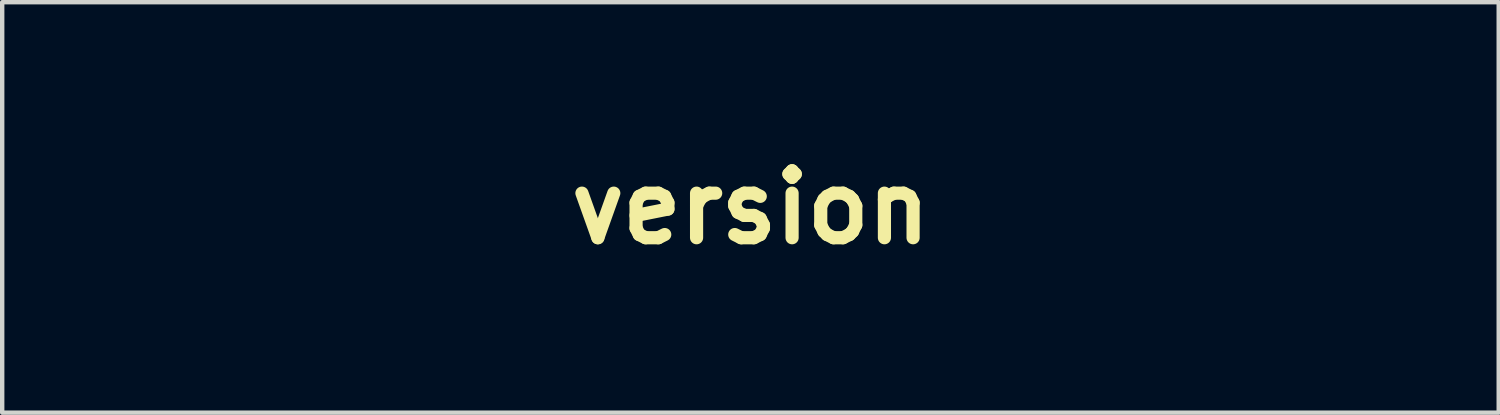
<source format=kicad_pcb>
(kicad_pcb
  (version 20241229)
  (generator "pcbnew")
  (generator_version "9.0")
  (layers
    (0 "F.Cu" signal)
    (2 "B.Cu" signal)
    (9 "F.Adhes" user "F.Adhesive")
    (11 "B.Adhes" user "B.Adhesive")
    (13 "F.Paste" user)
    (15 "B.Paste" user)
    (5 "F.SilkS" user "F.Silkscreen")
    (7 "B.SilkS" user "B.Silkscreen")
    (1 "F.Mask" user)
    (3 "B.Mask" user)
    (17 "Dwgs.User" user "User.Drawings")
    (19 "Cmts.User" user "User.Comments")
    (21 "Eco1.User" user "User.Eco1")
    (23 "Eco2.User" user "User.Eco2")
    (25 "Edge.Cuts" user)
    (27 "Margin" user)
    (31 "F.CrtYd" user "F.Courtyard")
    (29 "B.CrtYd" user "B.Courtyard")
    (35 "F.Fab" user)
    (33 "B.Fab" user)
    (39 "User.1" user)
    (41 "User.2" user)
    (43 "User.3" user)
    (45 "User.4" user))
  (footprint "version"
    (layer "F.Cu")
    (at 14.06 1.679)
    (property "Reference" "version" (at 0 0 0) (layer "F.SilkS") (effects (font (size 1.524 1.524) (thickness 0.3))))
    (attr through_hole)
    (fp_poly (pts (xy -6.518 -0.799) (xy -6.344 -0.686) (xy -6.226 -0.55) (xy -6.215 -0.437) (xy -6.355 -0.346) (xy -6.549 -0.373) (xy -6.718 -0.493) (xy -6.841 -0.681) (xy -6.828 -0.806) (xy -6.698 -0.847) (xy -6.518 -0.799)) (stroke (width 0.01) (type solid)) (fill yes) (layer "F.Mask"))
    (fp_poly (pts (xy 9.497 -0.251) (xy 9.957 -0.242) (xy 10.282 -0.226) (xy 10.487 -0.202) (xy 10.589 -0.168) (xy 10.606 -0.148) (xy 10.632 -0.044) (xy 10.616 0.035) (xy 10.537 0.091) (xy 10.376 0.129) (xy 10.115 0.153) (xy 9.733 0.165) (xy 9.21 0.169) (xy 8.881 0.169) (xy 7.197 0.169) (xy 7.197 -0.254) (xy 8.883 -0.254) (xy 9.497 -0.251)) (stroke (width 0.01) (type solid)) (fill yes) (layer "F.Mask"))
    (fp_poly (pts (xy -9.541 -1.592) (xy -9.378 -1.572) (xy -9.124 -1.533) (xy -8.949 -1.498) (xy -8.904 -1.482) (xy -8.899 -1.394) (xy -9.016 -1.311) (xy -9.211 -1.263) (xy -9.255 -1.26) (xy -9.525 -1.25) (xy -9.271 -1.196) (xy -9.068 -1.107) (xy -9.022 -0.964) (xy -9.132 -0.774) (xy -9.396 -0.544) (xy -9.414 -0.53) (xy -9.704 -0.353) (xy -9.983 -0.232) (xy -10.218 -0.178) (xy -10.372 -0.199) (xy -10.414 -0.275) (xy -10.343 -0.398) (xy -10.245 -0.448) (xy -10.097 -0.53) (xy -10.104 -0.628) (xy -10.259 -0.693) (xy -10.435 -0.757) (xy -10.451 -0.847) (xy -9.906 -0.847) (xy -9.835 -0.777) (xy -9.742 -0.762) (xy -9.58 -0.801) (xy -9.525 -0.847) (xy -9.555 -0.909) (xy -9.689 -0.931) (xy -9.851 -0.903) (xy -9.906 -0.847) (xy -10.451 -0.847) (xy -10.455 -0.869) (xy -10.321 -1.015) (xy -10.166 -1.116) (xy -9.935 -1.283) (xy -9.826 -1.44) (xy -9.822 -1.471) (xy -9.804 -1.562) (xy -9.724 -1.599) (xy -9.541 -1.592)) (stroke (width 0.01) (type solid)) (fill yes) (layer "F.Mask"))
    (fp_poly (pts (xy -13.058 -1.575) (xy -12.997 -1.46) (xy -12.949 -1.374) (xy -12.873 -1.319) (xy -12.735 -1.288) (xy -12.502 -1.274) (xy -12.14 -1.27) (xy -12.042 -1.27) (xy -11.639 -1.266) (xy -11.374 -1.251) (xy -11.218 -1.22) (xy -11.138 -1.169) (xy -11.117 -1.131) (xy -11.123 -0.968) (xy -11.274 -0.861) (xy -11.55 -0.818) (xy -11.768 -0.827) (xy -12.192 -0.868) (xy -12.192 -0.085) (xy -11.515 -0.085) (xy -11.179 -0.082) (xy -10.978 -0.068) (xy -10.877 -0.032) (xy -10.841 0.038) (xy -10.837 0.127) (xy -10.845 0.232) (xy -10.889 0.295) (xy -11.006 0.326) (xy -11.229 0.337) (xy -11.515 0.339) (xy -12.192 0.339) (xy -12.192 0.974) (xy -12.202 1.277) (xy -12.227 1.502) (xy -12.262 1.606) (xy -12.27 1.609) (xy -12.414 1.637) (xy -12.465 1.654) (xy -12.605 1.66) (xy -12.641 1.64) (xy -12.67 1.531) (xy -12.691 1.301) (xy -12.7 0.997) (xy -12.7 0.96) (xy -12.7 0.339) (xy -13.377 0.339) (xy -13.713 0.336) (xy -13.914 0.322) (xy -14.015 0.286) (xy -14.051 0.216) (xy -14.055 0.127) (xy -14.047 0.022) (xy -14.003 -0.041) (xy -13.886 -0.072) (xy -13.663 -0.083) (xy -13.377 -0.085) (xy -12.7 -0.085) (xy -12.7 -0.466) (xy -12.708 -0.7) (xy -12.75 -0.811) (xy -12.857 -0.845) (xy -12.944 -0.847) (xy -13.196 -0.775) (xy -13.325 -0.638) (xy -13.51 -0.425) (xy -13.706 -0.305) (xy -13.87 -0.302) (xy -13.91 -0.33) (xy -13.932 -0.432) (xy -13.872 -0.633) (xy -13.725 -0.949) (xy -13.668 -1.058) (xy -13.465 -1.413) (xy -13.303 -1.613) (xy -13.171 -1.664) (xy -13.058 -1.575)) (stroke (width 0.01) (type solid)) (fill yes) (layer "F.Mask"))
    (fp_poly (pts (xy 1.609 -1.016) (xy 1.621 -0.748) (xy 1.652 -0.564) (xy 1.688 -0.508) (xy 1.774 -0.438) (xy 1.82 -0.339) (xy 1.932 -0.204) (xy 2.122 -0.169) (xy 2.318 -0.203) (xy 2.358 -0.287) (xy 2.239 -0.398) (xy 2.164 -0.437) (xy 2.011 -0.524) (xy 1.932 -0.638) (xy 1.91 -0.828) (xy 1.922 -1.014) (xy 2.281 -1.014) (xy 2.345 -0.9) (xy 2.48 -0.857) (xy 2.617 -0.914) (xy 2.667 -1.017) (xy 2.595 -1.126) (xy 2.477 -1.17) (xy 2.322 -1.135) (xy 2.281 -1.014) (xy 1.922 -1.014) (xy 1.929 -1.122) (xy 1.964 -1.524) (xy 3.133 -1.524) (xy 3.133 -0.508) (xy 2.857 -0.505) (xy 2.678 -0.498) (xy 2.647 -0.464) (xy 2.746 -0.378) (xy 2.752 -0.373) (xy 2.968 -0.255) (xy 3.154 -0.196) (xy 3.342 -0.106) (xy 3.387 0.006) (xy 3.353 0.104) (xy 3.225 0.159) (xy 2.985 0.186) (xy 2.582 0.212) (xy 2.985 0.397) (xy 3.247 0.533) (xy 3.366 0.639) (xy 3.36 0.741) (xy 3.305 0.81) (xy 3.236 0.941) (xy 3.168 1.163) (xy 3.153 1.229) (xy 3.083 1.566) (xy 2.544 1.592) (xy 2.258 1.593) (xy 2.044 1.572) (xy 1.955 1.537) (xy 1.932 1.413) (xy 1.926 1.18) (xy 1.933 1.011) (xy 2.28 1.011) (xy 2.329 1.127) (xy 2.483 1.185) (xy 2.498 1.185) (xy 2.663 1.144) (xy 2.709 1.067) (xy 2.64 0.942) (xy 2.489 0.874) (xy 2.363 0.894) (xy 2.28 1.011) (xy 1.933 1.011) (xy 1.934 0.987) (xy 1.957 0.717) (xy 1.999 0.573) (xy 2.082 0.511) (xy 2.188 0.491) (xy 2.413 0.463) (xy 2.142 0.316) (xy 1.776 0.184) (xy 1.457 0.21) (xy 1.308 0.289) (xy 1.205 0.378) (xy 1.229 0.439) (xy 1.377 0.514) (xy 1.508 0.589) (xy 1.577 0.691) (xy 1.604 0.873) (xy 1.609 1.114) (xy 1.609 1.609) (xy 0.423 1.609) (xy 0.423 1.28) (xy 0.395 1.058) (xy 0.847 1.058) (xy 0.917 1.162) (xy 1.016 1.185) (xy 1.154 1.132) (xy 1.185 1.058) (xy 1.115 0.955) (xy 1.016 0.931) (xy 0.878 0.984) (xy 0.847 1.058) (xy 0.395 1.058) (xy 0.391 1.028) (xy 0.307 0.857) (xy 0.296 0.847) (xy 0.189 0.722) (xy 0.208 0.608) (xy 0.367 0.474) (xy 0.487 0.399) (xy 0.804 0.212) (xy 0.508 0.169) (xy 0.298 0.114) (xy 0.217 0.011) (xy 0.212 -0.042) (xy 0.227 -0.135) (xy 0.301 -0.182) (xy 0.47 -0.194) (xy 0.729 -0.183) (xy 1.035 -0.177) (xy 1.211 -0.204) (xy 1.29 -0.27) (xy 1.295 -0.282) (xy 1.283 -0.406) (xy 1.125 -0.48) (xy 0.813 -0.508) (xy 0.755 -0.508) (xy 0.423 -0.508) (xy 0.423 -1.023) (xy 0.849 -1.023) (xy 0.886 -0.897) (xy 1.011 -0.847) (xy 1.17 -0.881) (xy 1.222 -0.922) (xy 1.209 -1.028) (xy 1.103 -1.125) (xy 0.973 -1.158) (xy 0.935 -1.145) (xy 0.849 -1.023) (xy 0.423 -1.023) (xy 0.423 -1.524) (xy 1.609 -1.524) (xy 1.609 -1.016)) (stroke (width 0.01) (type solid)) (fill yes) (layer "F.Mask"))
    (fp_poly (pts (xy 11.915 -1.625) (xy 11.973 -1.519) (xy 12.003 -1.294) (xy 12.007 -1.233) (xy 12.05 -0.947) (xy 12.128 -0.757) (xy 12.16 -0.723) (xy 12.243 -0.571) (xy 12.23 -0.485) (xy 12.147 -0.391) (xy 11.967 -0.347) (xy 11.753 -0.339) (xy 11.502 -0.33) (xy 11.382 -0.293) (xy 11.358 -0.215) (xy 11.361 -0.191) (xy 11.458 -0.059) (xy 11.558 -0.019) (xy 11.844 0.028) (xy 12.009 0.088) (xy 12.086 0.204) (xy 12.11 0.416) (xy 12.115 0.658) (xy 12.126 0.947) (xy 12.15 1.082) (xy 12.181 1.076) (xy 12.218 0.944) (xy 12.258 0.7) (xy 12.296 0.357) (xy 12.33 -0.069) (xy 12.336 -0.174) (xy 13.063 -0.174) (xy 13.086 -0.064) (xy 13.195 0.196) (xy 13.308 0.291) (xy 13.415 0.22) (xy 13.507 -0.017) (xy 13.508 -0.021) (xy 13.532 -0.182) (xy 13.466 -0.244) (xy 13.296 -0.254) (xy 13.115 -0.24) (xy 13.063 -0.174) (xy 12.336 -0.174) (xy 12.348 -0.381) (xy 12.404 -1.482) (xy 13.235 -1.506) (xy 13.615 -1.516) (xy 13.856 -1.514) (xy 13.988 -1.494) (xy 14.041 -1.45) (xy 14.045 -1.375) (xy 14.04 -1.337) (xy 14.012 -1.236) (xy 13.938 -1.175) (xy 13.781 -1.142) (xy 13.503 -1.123) (xy 13.399 -1.118) (xy 12.785 -1.093) (xy 12.785 -0.847) (xy 12.791 -0.716) (xy 12.836 -0.64) (xy 12.957 -0.602) (xy 13.192 -0.583) (xy 13.356 -0.575) (xy 13.928 -0.55) (xy 13.922 -0.209) (xy 13.88 0.099) (xy 13.786 0.392) (xy 13.774 0.418) (xy 13.661 0.68) (xy 13.651 0.858) (xy 13.749 1.004) (xy 13.853 1.093) (xy 14.004 1.261) (xy 14.025 1.396) (xy 13.908 1.498) (xy 13.718 1.517) (xy 13.529 1.454) (xy 13.46 1.395) (xy 13.365 1.313) (xy 13.254 1.336) (xy 13.157 1.395) (xy 12.968 1.492) (xy 12.839 1.524) (xy 12.704 1.465) (xy 12.677 1.326) (xy 12.764 1.163) (xy 12.788 1.14) (xy 12.969 0.904) (xy 12.992 0.646) (xy 12.902 0.406) (xy 12.82 0.257) (xy 12.766 0.208) (xy 12.728 0.276) (xy 12.694 0.479) (xy 12.659 0.774) (xy 12.599 1.136) (xy 12.5 1.366) (xy 12.335 1.498) (xy 12.075 1.569) (xy 12.048 1.574) (xy 11.692 1.629) (xy 11.667 1.048) (xy 11.645 0.727) (xy 11.606 0.541) (xy 11.542 0.456) (xy 11.499 0.44) (xy 11.405 0.461) (xy 11.342 0.59) (xy 11.298 0.82) (xy 11.223 1.199) (xy 11.124 1.427) (xy 10.993 1.52) (xy 10.951 1.524) (xy 10.875 1.499) (xy 10.848 1.399) (xy 10.864 1.185) (xy 10.878 1.079) (xy 10.906 0.816) (xy 10.933 0.435) (xy 10.957 -0.008) (xy 10.973 -0.418) (xy 10.994 -0.923) (xy 11.027 -1.276) (xy 11.075 -1.491) (xy 11.143 -1.585) (xy 11.235 -1.573) (xy 11.291 -1.534) (xy 11.373 -1.378) (xy 11.369 -1.102) (xy 11.368 -1.097) (xy 11.357 -0.864) (xy 11.402 -0.764) (xy 11.414 -0.762) (xy 11.551 -0.84) (xy 11.626 -1.071) (xy 11.642 -1.312) (xy 11.656 -1.534) (xy 11.713 -1.632) (xy 11.811 -1.651) (xy 11.915 -1.625)) (stroke (width 0.01) (type solid)) (fill yes) (layer "F.Mask"))
    (fp_poly (pts (xy -7.903 -1.542) (xy -7.682 -1.529) (xy -7.572 -1.504) (xy -7.571 -1.503) (xy -7.557 -1.391) (xy -7.595 -1.185) (xy -7.623 -1.092) (xy -7.688 -0.869) (xy -7.687 -0.749) (xy -7.616 -0.677) (xy -7.594 -0.665) (xy -7.473 -0.542) (xy -7.465 -0.414) (xy -7.568 -0.341) (xy -7.601 -0.339) (xy -7.785 -0.386) (xy -7.933 -0.466) (xy -8.109 -0.538) (xy -8.27 -0.531) (xy -8.36 -0.457) (xy -8.358 -0.392) (xy -8.268 -0.316) (xy -8.062 -0.215) (xy -7.826 -0.125) (xy -7.506 0.002) (xy -7.353 0.105) (xy -7.366 0.187) (xy -7.545 0.248) (xy -7.578 0.254) (xy -7.781 0.351) (xy -7.87 0.52) (xy -7.827 0.706) (xy -7.736 0.802) (xy -7.634 0.908) (xy -7.674 1.02) (xy -7.699 1.051) (xy -7.777 1.169) (xy -7.78 1.209) (xy -7.688 1.26) (xy -7.587 1.315) (xy -7.449 1.426) (xy -7.45 1.515) (xy -7.562 1.574) (xy -7.755 1.596) (xy -7.999 1.575) (xy -8.267 1.503) (xy -8.304 1.489) (xy -8.639 1.405) (xy -8.825 1.429) (xy -9.067 1.492) (xy -9.376 1.538) (xy -9.696 1.563) (xy -9.971 1.563) (xy -10.145 1.533) (xy -10.16 1.525) (xy -10.227 1.451) (xy -10.18 1.357) (xy -10.066 1.25) (xy -9.93 1.107) (xy -9.928 1.101) (xy -9.483 1.101) (xy -9.41 1.164) (xy -9.271 1.185) (xy -9.112 1.156) (xy -9.059 1.101) (xy -9.095 1.069) (xy -8.478 1.069) (xy -8.366 1.084) (xy -8.34 1.084) (xy -8.195 1.075) (xy -8.182 1.049) (xy -8.19 1.045) (xy -8.358 1.028) (xy -8.444 1.042) (xy -8.478 1.069) (xy -9.095 1.069) (xy -9.132 1.037) (xy -9.271 1.016) (xy -9.43 1.045) (xy -9.483 1.101) (xy -9.928 1.101) (xy -9.875 0.949) (xy -9.88 0.717) (xy -9.229 0.717) (xy -9.143 0.729) (xy -8.925 0.735) (xy -8.89 0.735) (xy -8.657 0.731) (xy -8.554 0.719) (xy -8.598 0.703) (xy -8.615 0.701) (xy -8.912 0.687) (xy -9.165 0.701) (xy -9.229 0.717) (xy -9.88 0.717) (xy -9.88 0.707) (xy -9.884 0.662) (xy -9.913 0.48) (xy -9.235 0.48) (xy -9.129 0.49) (xy -8.869 0.494) (xy -8.848 0.494) (xy -8.581 0.49) (xy -8.468 0.473) (xy -8.494 0.437) (xy -8.533 0.42) (xy -8.769 0.385) (xy -9.041 0.417) (xy -9.201 0.457) (xy -9.235 0.48) (xy -9.913 0.48) (xy -9.924 0.41) (xy -9.987 0.308) (xy -10.034 0.309) (xy -10.176 0.309) (xy -10.336 0.248) (xy -10.448 0.159) (xy -10.458 0.102) (xy -9.605 0.102) (xy -9.563 0.129) (xy -9.383 0.148) (xy -9.098 0.156) (xy -8.886 0.155) (xy -8.086 0.141) (xy -8.805 0.088) (xy -9.143 0.071) (xy -9.416 0.073) (xy -9.581 0.091) (xy -9.605 0.102) (xy -10.458 0.102) (xy -10.46 0.09) (xy -10.35 0.015) (xy -10.221 -0.03) (xy -10.061 -0.087) (xy -9.801 -0.195) (xy -9.006 -0.195) (xy -8.89 -0.183) (xy -8.77 -0.196) (xy -8.784 -0.225) (xy -8.958 -0.237) (xy -8.996 -0.225) (xy -9.006 -0.195) (xy -9.801 -0.195) (xy -9.794 -0.197) (xy -9.464 -0.344) (xy -9.284 -0.427) (xy -8.937 -0.595) (xy -8.726 -0.715) (xy -8.629 -0.802) (xy -8.625 -0.872) (xy -8.638 -0.892) (xy -8.702 -1.04) (xy -8.622 -1.131) (xy -8.419 -1.149) (xy -8.333 -1.136) (xy -8.117 -1.12) (xy -8.043 -1.176) (xy -8.119 -1.236) (xy -8.311 -1.268) (xy -8.377 -1.27) (xy -8.613 -1.297) (xy -8.769 -1.365) (xy -8.808 -1.454) (xy -8.786 -1.487) (xy -8.678 -1.515) (xy -8.458 -1.535) (xy -8.181 -1.544) (xy -7.903 -1.542)) (stroke (width 0.01) (type solid)) (fill yes) (layer "F.Mask"))
    (fp_poly (pts (xy 5.904 -1.661) (xy 6.014 -1.541) (xy 6.134 -1.428) (xy 6.284 -1.388) (xy 6.528 -1.406) (xy 6.554 -1.409) (xy 6.791 -1.434) (xy 6.905 -1.415) (xy 6.941 -1.336) (xy 6.943 -1.282) (xy 6.887 -1.131) (xy 6.78 -1.101) (xy 6.508 -1.055) (xy 6.367 -0.925) (xy 6.35 -0.838) (xy 6.414 -0.703) (xy 6.519 -0.677) (xy 6.621 -0.655) (xy 6.672 -0.56) (xy 6.688 -0.352) (xy 6.689 -0.254) (xy 6.689 0.169) (xy 6.138 0.169) (xy 5.83 0.178) (xy 5.658 0.208) (xy 5.592 0.268) (xy 5.588 0.296) (xy 5.621 0.363) (xy 5.741 0.403) (xy 5.979 0.42) (xy 6.223 0.423) (xy 6.858 0.423) (xy 6.858 0.682) (xy 6.802 1.033) (xy 6.65 1.305) (xy 6.43 1.469) (xy 6.166 1.499) (xy 6.096 1.482) (xy 5.954 1.375) (xy 5.934 1.229) (xy 6.032 1.112) (xy 6.117 1.085) (xy 6.282 1.022) (xy 6.308 0.924) (xy 6.208 0.831) (xy 6.004 0.779) (xy 5.745 0.793) (xy 5.588 0.908) (xy 5.507 1.149) (xy 5.488 1.307) (xy 5.436 1.564) (xy 5.341 1.669) (xy 5.211 1.616) (xy 5.167 1.57) (xy 5.099 1.39) (xy 5.101 1.228) (xy 5.116 1.077) (xy 5.07 1.031) (xy 4.941 1.09) (xy 4.707 1.257) (xy 4.693 1.268) (xy 4.362 1.466) (xy 4.098 1.512) (xy 3.902 1.406) (xy 3.896 1.398) (xy 3.856 1.312) (xy 3.919 1.234) (xy 4.11 1.136) (xy 4.172 1.109) (xy 4.461 0.968) (xy 4.602 0.861) (xy 4.593 0.794) (xy 4.428 0.774) (xy 4.347 0.779) (xy 4.022 0.804) (xy 4.04 0.425) (xy 4.058 0.318) (xy 4.593 0.318) (xy 4.637 0.398) (xy 4.826 0.423) (xy 5.02 0.395) (xy 5.059 0.318) (xy 4.957 0.235) (xy 4.826 0.212) (xy 4.658 0.252) (xy 4.593 0.318) (xy 4.058 0.318) (xy 4.091 0.115) (xy 4.229 -0.07) (xy 4.48 -0.156) (xy 4.715 -0.169) (xy 4.971 -0.186) (xy 5.073 -0.226) (xy 5.05 -0.254) (xy 5.588 -0.254) (xy 5.663 -0.201) (xy 5.851 -0.172) (xy 5.932 -0.169) (xy 6.146 -0.187) (xy 6.228 -0.235) (xy 6.223 -0.254) (xy 6.11 -0.311) (xy 5.905 -0.338) (xy 5.879 -0.339) (xy 5.685 -0.317) (xy 5.59 -0.264) (xy 5.588 -0.254) (xy 5.05 -0.254) (xy 5.032 -0.277) (xy 4.861 -0.324) (xy 4.57 -0.355) (xy 4.558 -0.356) (xy 4.23 -0.392) (xy 4.039 -0.457) (xy 3.995 -0.542) (xy 4.105 -0.637) (xy 4.226 -0.687) (xy 4.404 -0.775) (xy 4.437 -0.811) (xy 4.775 -0.811) (xy 4.775 -0.717) (xy 4.895 -0.68) (xy 4.995 -0.677) (xy 5.179 -0.695) (xy 5.229 -0.762) (xy 5.216 -0.811) (xy 5.211 -0.827) (xy 5.539 -0.827) (xy 5.549 -0.729) (xy 5.717 -0.68) (xy 5.793 -0.677) (xy 5.991 -0.696) (xy 6.093 -0.741) (xy 6.096 -0.752) (xy 6.025 -0.894) (xy 5.867 -0.981) (xy 5.702 -0.968) (xy 5.692 -0.963) (xy 5.539 -0.827) (xy 5.211 -0.827) (xy 5.17 -0.973) (xy 5.165 -1.023) (xy 5.094 -1.086) (xy 4.995 -1.101) (xy 4.858 -1.068) (xy 4.826 -1.023) (xy 4.798 -0.881) (xy 4.775 -0.811) (xy 4.437 -0.811) (xy 4.484 -0.862) (xy 4.455 -0.913) (xy 4.304 -0.894) (xy 4.297 -0.892) (xy 3.964 -0.803) (xy 3.775 -0.795) (xy 3.722 -0.879) (xy 3.796 -1.065) (xy 3.94 -1.293) (xy 4.154 -1.53) (xy 4.359 -1.605) (xy 4.547 -1.515) (xy 4.551 -1.511) (xy 4.677 -1.445) (xy 4.883 -1.386) (xy 5.112 -1.345) (xy 5.308 -1.331) (xy 5.413 -1.353) (xy 5.419 -1.366) (xy 5.482 -1.456) (xy 5.636 -1.578) (xy 5.641 -1.581) (xy 5.803 -1.674) (xy 5.904 -1.661)) (stroke (width 0.01) (type solid)) (fill yes) (layer "F.Mask"))
    (fp_poly (pts (xy -2.718 -1.615) (xy -2.659 -1.477) (xy -2.641 -1.333) (xy -2.594 -1.109) (xy -2.511 -1.017) (xy -2.502 -1.016) (xy -2.374 -0.947) (xy -2.331 -0.784) (xy -2.348 -0.699) (xy -2.452 -0.6) (xy -2.495 -0.593) (xy -2.602 -0.522) (xy -2.65 -0.419) (xy -2.626 -0.255) (xy -2.45 -0.164) (xy -2.121 -0.146) (xy -1.863 -0.167) (xy -1.622 -0.205) (xy -1.544 -0.245) (xy -1.631 -0.289) (xy -1.884 -0.342) (xy -1.973 -0.357) (xy -2.122 -0.411) (xy -2.124 -0.485) (xy -1.996 -0.551) (xy -1.841 -0.577) (xy -1.637 -0.611) (xy -1.529 -0.664) (xy -1.524 -0.677) (xy -1.599 -0.731) (xy -1.785 -0.772) (xy -1.841 -0.778) (xy -2.041 -0.805) (xy -2.138 -0.876) (xy -2.175 -1.042) (xy -2.179 -1.096) (xy -1.85 -1.096) (xy -1.823 -1.024) (xy -1.782 -1.029) (xy -1.691 -1.1) (xy -1.687 -1.124) (xy -1.738 -1.185) (xy -1.355 -1.185) (xy -1.286 -1.11) (xy -1.228 -1.101) (xy -1.115 -1.146) (xy -1.101 -1.185) (xy -0.762 -1.185) (xy -0.698 -1.103) (xy -0.677 -1.101) (xy -0.595 -1.165) (xy -0.593 -1.185) (xy -0.657 -1.268) (xy -0.677 -1.27) (xy -0.76 -1.206) (xy -0.762 -1.185) (xy -1.101 -1.185) (xy -1.169 -1.26) (xy -1.228 -1.27) (xy -1.34 -1.224) (xy -1.355 -1.185) (xy -1.738 -1.185) (xy -1.742 -1.19) (xy -1.827 -1.142) (xy -1.85 -1.096) (xy -2.179 -1.096) (xy -2.185 -1.164) (xy -2.211 -1.524) (xy -0.254 -1.524) (xy -0.254 -0.762) (xy -0.649 -0.762) (xy -0.896 -0.748) (xy -0.978 -0.711) (xy -0.895 -0.66) (xy -0.648 -0.603) (xy -0.632 -0.601) (xy -0.399 -0.536) (xy -0.324 -0.46) (xy -0.409 -0.392) (xy -0.614 -0.355) (xy -0.848 -0.315) (xy -0.922 -0.259) (xy -0.842 -0.202) (xy -0.616 -0.16) (xy -0.53 -0.153) (xy -0.265 -0.118) (xy -0.133 -0.049) (xy -0.1 0.021) (xy -0.124 0.135) (xy -0.277 0.169) (xy -0.29 0.169) (xy -0.462 0.216) (xy -0.503 0.32) (xy -0.404 0.423) (xy -0.33 0.45) (xy -0.19 0.522) (xy -0.197 0.61) (xy -0.331 0.695) (xy -0.574 0.757) (xy -0.642 0.766) (xy -0.861 0.803) (xy -0.952 0.845) (xy -0.931 0.87) (xy -0.74 0.915) (xy -0.677 0.915) (xy -0.397 0.922) (xy -0.266 1.004) (xy -0.254 1.058) (xy -0.305 1.143) (xy -0.476 1.181) (xy -0.629 1.185) (xy -0.864 1.195) (xy -0.979 1.243) (xy -1.023 1.357) (xy -1.032 1.418) (xy -1.107 1.603) (xy -1.24 1.659) (xy -1.373 1.583) (xy -1.439 1.439) (xy -1.499 1.3) (xy -1.627 1.23) (xy -1.845 1.202) (xy -2.102 1.152) (xy -2.213 1.071) (xy -2.176 0.99) (xy -1.988 0.937) (xy -1.863 0.931) (xy -1.618 0.909) (xy -1.533 0.856) (xy -1.603 0.796) (xy -1.826 0.751) (xy -1.884 0.746) (xy -2.114 0.697) (xy -2.239 0.612) (xy -2.243 0.519) (xy -2.109 0.449) (xy -2.053 0.439) (xy -1.892 0.383) (xy -1.892 0.292) (xy -1.909 0.28) (xy -1.498 0.28) (xy -1.451 0.359) (xy -1.297 0.413) (xy -1.173 0.423) (xy -0.987 0.394) (xy -0.952 0.318) (xy -1.066 0.209) (xy -1.264 0.175) (xy -1.407 0.204) (xy -1.498 0.28) (xy -1.909 0.28) (xy -2.054 0.172) (xy -2.102 0.147) (xy -2.262 0.08) (xy -2.367 0.103) (xy -2.479 0.24) (xy -2.524 0.307) (xy -2.644 0.546) (xy -2.672 0.794) (xy -2.656 0.961) (xy -2.638 1.221) (xy -2.685 1.391) (xy -2.784 1.514) (xy -2.964 1.661) (xy -3.105 1.672) (xy -3.259 1.555) (xy -3.34 1.452) (xy -3.322 1.354) (xy -3.193 1.202) (xy -3.187 1.195) (xy -3.039 0.951) (xy -3.023 0.706) (xy -3.133 0.504) (xy -3.271 0.419) (xy -3.439 0.318) (xy -3.442 0.197) (xy -3.281 0.049) (xy -3.26 0.035) (xy -3.091 -0.147) (xy -3.048 -0.304) (xy -3.123 -0.513) (xy -3.26 -0.643) (xy -3.434 -0.788) (xy -3.446 -0.894) (xy -3.296 -0.972) (xy -3.264 -0.98) (xy -3.117 -1.054) (xy -3.048 -1.213) (xy -3.031 -1.342) (xy -2.993 -1.554) (xy -2.909 -1.641) (xy -2.836 -1.651) (xy -2.718 -1.615)) (stroke (width 0.01) (type solid)) (fill yes) (layer "F.Mask"))
    (fp_poly (pts (xy -3.81 -0.931) (xy -4.149 -0.931) (xy -4.361 -0.913) (xy -4.479 -0.866) (xy -4.487 -0.847) (xy -4.412 -0.794) (xy -4.224 -0.764) (xy -4.142 -0.762) (xy -3.921 -0.749) (xy -3.829 -0.697) (xy -3.825 -0.618) (xy -3.921 -0.488) (xy -4.064 -0.418) (xy -4.276 -0.362) (xy -4.036 -0.265) (xy -3.863 -0.151) (xy -3.851 -0.035) (xy -3.994 0.051) (xy -4.093 0.069) (xy -4.248 0.119) (xy -4.258 0.188) (xy -4.138 0.243) (xy -4.014 0.254) (xy -3.838 0.305) (xy -3.745 0.421) (xy -3.765 0.55) (xy -3.818 0.598) (xy -3.988 0.638) (xy -4.148 0.627) (xy -4.286 0.602) (xy -4.286 0.623) (xy -4.143 0.709) (xy -4.128 0.718) (xy -3.951 0.862) (xy -3.901 0.996) (xy -3.979 1.084) (xy -4.087 1.101) (xy -4.309 1.051) (xy -4.514 0.93) (xy -4.641 0.78) (xy -4.657 0.715) (xy -4.733 0.619) (xy -4.911 0.593) (xy -5.108 0.629) (xy -5.165 0.713) (xy -5.227 0.841) (xy -5.38 0.993) (xy -5.397 1.006) (xy -5.63 1.18) (xy -4.636 1.183) (xy -4.233 1.19) (xy -3.913 1.209) (xy -3.706 1.236) (xy -3.641 1.265) (xy -3.703 1.368) (xy -3.829 1.477) (xy -4.007 1.539) (xy -4.305 1.581) (xy -4.675 1.602) (xy -5.069 1.601) (xy -5.438 1.575) (xy -5.715 1.53) (xy -5.969 1.45) (xy -6.159 1.367) (xy -6.333 1.31) (xy -6.52 1.356) (xy -6.599 1.394) (xy -6.783 1.483) (xy -6.892 1.524) (xy -6.896 1.524) (xy -6.945 1.46) (xy -6.922 1.306) (xy -6.841 1.118) (xy -6.773 1.016) (xy -6.627 0.74) (xy -6.642 0.499) (xy -6.818 0.303) (xy -6.821 0.3) (xy -6.961 0.157) (xy -6.949 0.033) (xy -6.805 -0.05) (xy -6.546 -0.069) (xy -6.527 -0.068) (xy -6.223 -0.042) (xy -6.198 0.437) (xy -6.159 0.755) (xy -6.089 0.968) (xy -6.05 1.019) (xy -5.952 1.075) (xy -5.927 0.992) (xy -5.927 0.99) (xy -5.856 0.86) (xy -5.757 0.804) (xy -5.608 0.723) (xy -5.615 0.644) (xy -5.764 0.597) (xy -5.848 0.593) (xy -6.031 0.571) (xy -6.084 0.49) (xy -6.079 0.445) (xy -5.978 0.322) (xy -5.84 0.296) (xy -5.674 0.248) (xy -5.643 0.169) (xy -5.165 0.169) (xy -5.092 0.233) (xy -4.953 0.254) (xy -4.794 0.225) (xy -4.741 0.169) (xy -4.814 0.106) (xy -4.953 0.085) (xy -5.112 0.114) (xy -5.165 0.169) (xy -5.643 0.169) (xy -5.633 0.143) (xy -5.722 0.044) (xy -5.821 0.015) (xy -5.97 -0.032) (xy -6.011 -0.08) (xy -5.947 -0.2) (xy -5.809 -0.292) (xy -5.681 -0.301) (xy -5.676 -0.299) (xy -5.595 -0.294) (xy -5.588 -0.32) (xy -5.656 -0.407) (xy -5.8 -0.493) (xy -5.962 -0.62) (xy -6.011 -0.833) (xy -6.011 -0.851) (xy -6.027 -1.028) (xy -6.096 -1.076) (xy -6.187 -1.056) (xy -6.406 -1.07) (xy -6.525 -1.148) (xy -6.617 -1.27) (xy -5.588 -1.27) (xy -5.519 -1.196) (xy -5.456 -1.185) (xy -5.368 -1.226) (xy -5.376 -1.27) (xy -5.485 -1.351) (xy -5.508 -1.355) (xy -5.586 -1.29) (xy -5.588 -1.27) (xy -6.617 -1.27) (xy -6.672 -1.343) (xy -6.679 -1.494) (xy -6.573 -1.567) (xy -6.382 -1.526) (xy -6.272 -1.458) (xy -6.113 -1.348) (xy -6.027 -1.339) (xy -5.953 -1.429) (xy -5.938 -1.452) (xy -5.836 -1.556) (xy -5.668 -1.596) (xy -5.436 -1.592) (xy -5.195 -1.57) (xy -5.074 -1.518) (xy -5.027 -1.398) (xy -5.011 -1.249) (xy -5.003 -1.041) (xy -5.056 -0.952) (xy -5.211 -0.932) (xy -5.287 -0.931) (xy -5.484 -0.91) (xy -5.585 -0.859) (xy -5.588 -0.847) (xy -5.513 -0.794) (xy -5.325 -0.764) (xy -5.246 -0.762) (xy -5.033 -0.755) (xy -4.955 -0.718) (xy -4.979 -0.625) (xy -5 -0.584) (xy -5.044 -0.398) (xy -4.966 -0.292) (xy -4.799 -0.302) (xy -4.706 -0.394) (xy -4.731 -0.495) (xy -4.809 -0.725) (xy -4.856 -1.009) (xy -4.863 -1.27) (xy -4.403 -1.27) (xy -4.334 -1.196) (xy -4.271 -1.185) (xy -4.183 -1.226) (xy -4.191 -1.27) (xy -4.299 -1.351) (xy -4.323 -1.355) (xy -4.4 -1.29) (xy -4.403 -1.27) (xy -4.863 -1.27) (xy -4.863 -1.272) (xy -4.83 -1.433) (xy -4.714 -1.526) (xy -4.475 -1.578) (xy -4.283 -1.591) (xy -3.81 -1.611) (xy -3.81 -0.931)) (stroke (width 0.01) (type solid)) (fill yes) (layer "F.Mask")))
  (gr_rect
    (start -3 -3)
    (end 31.109 6.356)
    (stroke (width 0.1) (type default))
    (fill no)
    (layer "Edge.Cuts")))
</source>
